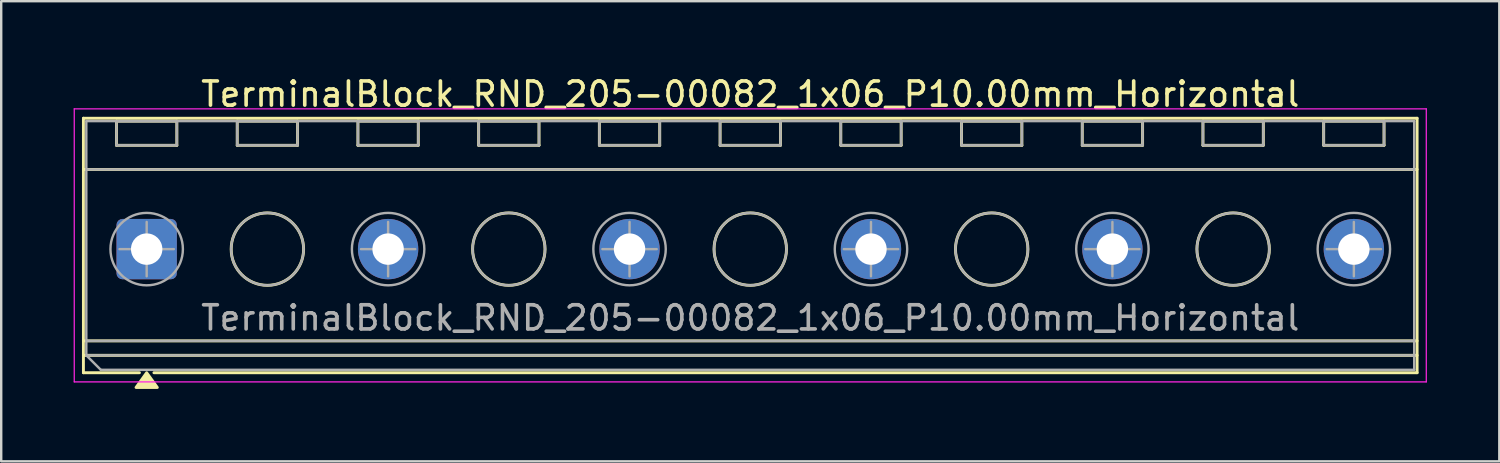
<source format=kicad_pcb>
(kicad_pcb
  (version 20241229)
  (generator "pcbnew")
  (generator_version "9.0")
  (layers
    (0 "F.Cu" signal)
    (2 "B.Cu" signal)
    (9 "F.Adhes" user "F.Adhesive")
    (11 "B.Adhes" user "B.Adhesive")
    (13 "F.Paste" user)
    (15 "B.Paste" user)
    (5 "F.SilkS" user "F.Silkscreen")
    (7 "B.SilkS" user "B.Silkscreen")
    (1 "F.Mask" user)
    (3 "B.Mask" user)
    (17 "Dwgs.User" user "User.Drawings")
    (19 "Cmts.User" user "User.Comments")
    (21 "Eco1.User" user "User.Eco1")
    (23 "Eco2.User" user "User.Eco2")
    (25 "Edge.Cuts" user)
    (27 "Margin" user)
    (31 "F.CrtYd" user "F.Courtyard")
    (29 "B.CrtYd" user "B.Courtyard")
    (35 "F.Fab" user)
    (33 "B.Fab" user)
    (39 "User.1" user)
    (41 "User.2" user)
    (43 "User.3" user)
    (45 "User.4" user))
  (footprint "TerminalBlock_RND_205-00082_1x06_P10.00mm_Horizontal"
    (layer "F.Cu")
    (at 3.025 7.268)
    (property "Reference" "TerminalBlock_RND_205-00082_1x06_P10.00mm_Horizontal" (at 25 -6.42 0) (layer "F.SilkS") (effects (font (size 1 1) (thickness 0.15))))
    (attr through_hole)
    (fp_line (start -2.62 -5.42) (end 52.62 -5.42) (stroke (width 0.12) (type solid)) (layer "F.SilkS"))
    (fp_line (start -2.62 -3.3) (end 52.62 -3.3) (stroke (width 0.12) (type solid)) (layer "F.SilkS"))
    (fp_line (start -2.62 3.8) (end 52.62 3.8) (stroke (width 0.12) (type solid)) (layer "F.SilkS"))
    (fp_line (start -2.62 4.4) (end 52.62 4.4) (stroke (width 0.12) (type solid)) (layer "F.SilkS"))
    (fp_line (start -2.62 5.12) (end -2.62 -5.42) (stroke (width 0.12) (type solid)) (layer "F.SilkS"))
    (fp_line (start -1.25 -5.3) (end 1.25 -5.3) (stroke (width 0.12) (type solid)) (layer "F.SilkS"))
    (fp_line (start -1.25 -4.3) (end -1.25 -5.3) (stroke (width 0.12) (type solid)) (layer "F.SilkS"))
    (fp_line (start -0.3 5.12) (end -2.62 5.12) (stroke (width 0.12) (type solid)) (layer "F.SilkS"))
    (fp_line (start 1.25 -5.3) (end 1.25 -4.3) (stroke (width 0.12) (type solid)) (layer "F.SilkS"))
    (fp_line (start 1.25 -4.3) (end -1.25 -4.3) (stroke (width 0.12) (type solid)) (layer "F.SilkS"))
    (fp_line (start 3.75 -5.3) (end 6.25 -5.3) (stroke (width 0.12) (type solid)) (layer "F.SilkS"))
    (fp_line (start 3.75 -4.3) (end 3.75 -5.3) (stroke (width 0.12) (type solid)) (layer "F.SilkS"))
    (fp_line (start 6.25 -5.3) (end 6.25 -4.3) (stroke (width 0.12) (type solid)) (layer "F.SilkS"))
    (fp_line (start 6.25 -4.3) (end 3.75 -4.3) (stroke (width 0.12) (type solid)) (layer "F.SilkS"))
    (fp_line (start 8.75 -5.3) (end 11.25 -5.3) (stroke (width 0.12) (type solid)) (layer "F.SilkS"))
    (fp_line (start 8.75 -4.3) (end 8.75 -5.3) (stroke (width 0.12) (type solid)) (layer "F.SilkS"))
    (fp_line (start 11.25 -5.3) (end 11.25 -4.3) (stroke (width 0.12) (type solid)) (layer "F.SilkS"))
    (fp_line (start 11.25 -4.3) (end 8.75 -4.3) (stroke (width 0.12) (type solid)) (layer "F.SilkS"))
    (fp_line (start 13.75 -5.3) (end 16.25 -5.3) (stroke (width 0.12) (type solid)) (layer "F.SilkS"))
    (fp_line (start 13.75 -4.3) (end 13.75 -5.3) (stroke (width 0.12) (type solid)) (layer "F.SilkS"))
    (fp_line (start 16.25 -5.3) (end 16.25 -4.3) (stroke (width 0.12) (type solid)) (layer "F.SilkS"))
    (fp_line (start 16.25 -4.3) (end 13.75 -4.3) (stroke (width 0.12) (type solid)) (layer "F.SilkS"))
    (fp_line (start 18.75 -5.3) (end 21.25 -5.3) (stroke (width 0.12) (type solid)) (layer "F.SilkS"))
    (fp_line (start 18.75 -4.3) (end 18.75 -5.3) (stroke (width 0.12) (type solid)) (layer "F.SilkS"))
    (fp_line (start 21.25 -5.3) (end 21.25 -4.3) (stroke (width 0.12) (type solid)) (layer "F.SilkS"))
    (fp_line (start 21.25 -4.3) (end 18.75 -4.3) (stroke (width 0.12) (type solid)) (layer "F.SilkS"))
    (fp_line (start 23.75 -5.3) (end 26.25 -5.3) (stroke (width 0.12) (type solid)) (layer "F.SilkS"))
    (fp_line (start 23.75 -4.3) (end 23.75 -5.3) (stroke (width 0.12) (type solid)) (layer "F.SilkS"))
    (fp_line (start 26.25 -5.3) (end 26.25 -4.3) (stroke (width 0.12) (type solid)) (layer "F.SilkS"))
    (fp_line (start 26.25 -4.3) (end 23.75 -4.3) (stroke (width 0.12) (type solid)) (layer "F.SilkS"))
    (fp_line (start 28.75 -5.3) (end 31.25 -5.3) (stroke (width 0.12) (type solid)) (layer "F.SilkS"))
    (fp_line (start 28.75 -4.3) (end 28.75 -5.3) (stroke (width 0.12) (type solid)) (layer "F.SilkS"))
    (fp_line (start 31.25 -5.3) (end 31.25 -4.3) (stroke (width 0.12) (type solid)) (layer "F.SilkS"))
    (fp_line (start 31.25 -4.3) (end 28.75 -4.3) (stroke (width 0.12) (type solid)) (layer "F.SilkS"))
    (fp_line (start 33.75 -5.3) (end 36.25 -5.3) (stroke (width 0.12) (type solid)) (layer "F.SilkS"))
    (fp_line (start 33.75 -4.3) (end 33.75 -5.3) (stroke (width 0.12) (type solid)) (layer "F.SilkS"))
    (fp_line (start 36.25 -5.3) (end 36.25 -4.3) (stroke (width 0.12) (type solid)) (layer "F.SilkS"))
    (fp_line (start 36.25 -4.3) (end 33.75 -4.3) (stroke (width 0.12) (type solid)) (layer "F.SilkS"))
    (fp_line (start 38.75 -5.3) (end 41.25 -5.3) (stroke (width 0.12) (type solid)) (layer "F.SilkS"))
    (fp_line (start 38.75 -4.3) (end 38.75 -5.3) (stroke (width 0.12) (type solid)) (layer "F.SilkS"))
    (fp_line (start 41.25 -5.3) (end 41.25 -4.3) (stroke (width 0.12) (type solid)) (layer "F.SilkS"))
    (fp_line (start 41.25 -4.3) (end 38.75 -4.3) (stroke (width 0.12) (type solid)) (layer "F.SilkS"))
    (fp_line (start 43.75 -5.3) (end 46.25 -5.3) (stroke (width 0.12) (type solid)) (layer "F.SilkS"))
    (fp_line (start 43.75 -4.3) (end 43.75 -5.3) (stroke (width 0.12) (type solid)) (layer "F.SilkS"))
    (fp_line (start 46.25 -5.3) (end 46.25 -4.3) (stroke (width 0.12) (type solid)) (layer "F.SilkS"))
    (fp_line (start 46.25 -4.3) (end 43.75 -4.3) (stroke (width 0.12) (type solid)) (layer "F.SilkS"))
    (fp_line (start 48.75 -5.3) (end 51.25 -5.3) (stroke (width 0.12) (type solid)) (layer "F.SilkS"))
    (fp_line (start 48.75 -4.3) (end 48.75 -5.3) (stroke (width 0.12) (type solid)) (layer "F.SilkS"))
    (fp_line (start 51.25 -5.3) (end 51.25 -4.3) (stroke (width 0.12) (type solid)) (layer "F.SilkS"))
    (fp_line (start 51.25 -4.3) (end 48.75 -4.3) (stroke (width 0.12) (type solid)) (layer "F.SilkS"))
    (fp_line (start 52.62 -5.42) (end 52.62 5.12) (stroke (width 0.12) (type solid)) (layer "F.SilkS"))
    (fp_line (start 52.62 5.12) (end 0.3 5.12) (stroke (width 0.12) (type solid)) (layer "F.SilkS"))
    (fp_circle (center 5 0) (end 6.5 0) (stroke (width 0.12) (type solid)) (fill no) (layer "F.SilkS"))
    (fp_circle (center 15 0) (end 16.5 0) (stroke (width 0.12) (type solid)) (fill no) (layer "F.SilkS"))
    (fp_circle (center 25 0) (end 26.5 0) (stroke (width 0.12) (type solid)) (fill no) (layer "F.SilkS"))
    (fp_circle (center 35 0) (end 36.5 0) (stroke (width 0.12) (type solid)) (fill no) (layer "F.SilkS"))
    (fp_circle (center 45 0) (end 46.5 0) (stroke (width 0.12) (type solid)) (fill no) (layer "F.SilkS"))
    (fp_poly (pts (xy 0 5.12) (xy 0.44 5.73) (xy -0.44 5.73)) (stroke (width 0.12) (type solid)) (fill yes) (layer "F.SilkS"))
    (fp_line (start -3 -5.81) (end -3 5.5) (stroke (width 0.05) (type solid)) (layer "F.CrtYd"))
    (fp_line (start -3 5.5) (end 53 5.5) (stroke (width 0.05) (type solid)) (layer "F.CrtYd"))
    (fp_line (start 53 -5.81) (end -3 -5.81) (stroke (width 0.05) (type solid)) (layer "F.CrtYd"))
    (fp_line (start 53 5.5) (end 53 -5.81) (stroke (width 0.05) (type solid)) (layer "F.CrtYd"))
    (fp_line (start -2.5 -5.3) (end 52.5 -5.3) (stroke (width 0.1) (type solid)) (layer "F.Fab"))
    (fp_line (start -2.5 -3.3) (end 52.5 -3.3) (stroke (width 0.1) (type solid)) (layer "F.Fab"))
    (fp_line (start -2.5 3.8) (end 52.5 3.8) (stroke (width 0.1) (type solid)) (layer "F.Fab"))
    (fp_line (start -2.5 4.4) (end -2.5 -5.3) (stroke (width 0.1) (type solid)) (layer "F.Fab"))
    (fp_line (start -2.5 4.4) (end 52.5 4.4) (stroke (width 0.1) (type solid)) (layer "F.Fab"))
    (fp_line (start -1.9 5) (end -2.5 4.4) (stroke (width 0.1) (type solid)) (layer "F.Fab"))
    (fp_line (start -1.25 -5.3) (end -1.25 -4.3) (stroke (width 0.1) (type solid)) (layer "F.Fab"))
    (fp_line (start -1.25 -4.3) (end 1.25 -4.3) (stroke (width 0.1) (type solid)) (layer "F.Fab"))
    (fp_line (start -1.125 0) (end 1.125 0) (stroke (width 0.1) (type solid)) (layer "F.Fab"))
    (fp_line (start 0 -1.125) (end 0 1.125) (stroke (width 0.1) (type solid)) (layer "F.Fab"))
    (fp_line (start 1.25 -5.3) (end -1.25 -5.3) (stroke (width 0.1) (type solid)) (layer "F.Fab"))
    (fp_line (start 1.25 -4.3) (end 1.25 -5.3) (stroke (width 0.1) (type solid)) (layer "F.Fab"))
    (fp_line (start 3.75 -5.3) (end 3.75 -4.3) (stroke (width 0.1) (type solid)) (layer "F.Fab"))
    (fp_line (start 3.75 -4.3) (end 6.25 -4.3) (stroke (width 0.1) (type solid)) (layer "F.Fab"))
    (fp_line (start 6.25 -5.3) (end 3.75 -5.3) (stroke (width 0.1) (type solid)) (layer "F.Fab"))
    (fp_line (start 6.25 -4.3) (end 6.25 -5.3) (stroke (width 0.1) (type solid)) (layer "F.Fab"))
    (fp_line (start 8.75 -5.3) (end 8.75 -4.3) (stroke (width 0.1) (type solid)) (layer "F.Fab"))
    (fp_line (start 8.75 -4.3) (end 11.25 -4.3) (stroke (width 0.1) (type solid)) (layer "F.Fab"))
    (fp_line (start 8.875 0) (end 11.125 0) (stroke (width 0.1) (type solid)) (layer "F.Fab"))
    (fp_line (start 10 -1.125) (end 10 1.125) (stroke (width 0.1) (type solid)) (layer "F.Fab"))
    (fp_line (start 11.25 -5.3) (end 8.75 -5.3) (stroke (width 0.1) (type solid)) (layer "F.Fab"))
    (fp_line (start 11.25 -4.3) (end 11.25 -5.3) (stroke (width 0.1) (type solid)) (layer "F.Fab"))
    (fp_line (start 13.75 -5.3) (end 13.75 -4.3) (stroke (width 0.1) (type solid)) (layer "F.Fab"))
    (fp_line (start 13.75 -4.3) (end 16.25 -4.3) (stroke (width 0.1) (type solid)) (layer "F.Fab"))
    (fp_line (start 16.25 -5.3) (end 13.75 -5.3) (stroke (width 0.1) (type solid)) (layer "F.Fab"))
    (fp_line (start 16.25 -4.3) (end 16.25 -5.3) (stroke (width 0.1) (type solid)) (layer "F.Fab"))
    (fp_line (start 18.75 -5.3) (end 18.75 -4.3) (stroke (width 0.1) (type solid)) (layer "F.Fab"))
    (fp_line (start 18.75 -4.3) (end 21.25 -4.3) (stroke (width 0.1) (type solid)) (layer "F.Fab"))
    (fp_line (start 18.875 0) (end 21.125 0) (stroke (width 0.1) (type solid)) (layer "F.Fab"))
    (fp_line (start 20 -1.125) (end 20 1.125) (stroke (width 0.1) (type solid)) (layer "F.Fab"))
    (fp_line (start 21.25 -5.3) (end 18.75 -5.3) (stroke (width 0.1) (type solid)) (layer "F.Fab"))
    (fp_line (start 21.25 -4.3) (end 21.25 -5.3) (stroke (width 0.1) (type solid)) (layer "F.Fab"))
    (fp_line (start 23.75 -5.3) (end 23.75 -4.3) (stroke (width 0.1) (type solid)) (layer "F.Fab"))
    (fp_line (start 23.75 -4.3) (end 26.25 -4.3) (stroke (width 0.1) (type solid)) (layer "F.Fab"))
    (fp_line (start 26.25 -5.3) (end 23.75 -5.3) (stroke (width 0.1) (type solid)) (layer "F.Fab"))
    (fp_line (start 26.25 -4.3) (end 26.25 -5.3) (stroke (width 0.1) (type solid)) (layer "F.Fab"))
    (fp_line (start 28.75 -5.3) (end 28.75 -4.3) (stroke (width 0.1) (type solid)) (layer "F.Fab"))
    (fp_line (start 28.75 -4.3) (end 31.25 -4.3) (stroke (width 0.1) (type solid)) (layer "F.Fab"))
    (fp_line (start 28.875 0) (end 31.125 0) (stroke (width 0.1) (type solid)) (layer "F.Fab"))
    (fp_line (start 30 -1.125) (end 30 1.125) (stroke (width 0.1) (type solid)) (layer "F.Fab"))
    (fp_line (start 31.25 -5.3) (end 28.75 -5.3) (stroke (width 0.1) (type solid)) (layer "F.Fab"))
    (fp_line (start 31.25 -4.3) (end 31.25 -5.3) (stroke (width 0.1) (type solid)) (layer "F.Fab"))
    (fp_line (start 33.75 -5.3) (end 33.75 -4.3) (stroke (width 0.1) (type solid)) (layer "F.Fab"))
    (fp_line (start 33.75 -4.3) (end 36.25 -4.3) (stroke (width 0.1) (type solid)) (layer "F.Fab"))
    (fp_line (start 36.25 -5.3) (end 33.75 -5.3) (stroke (width 0.1) (type solid)) (layer "F.Fab"))
    (fp_line (start 36.25 -4.3) (end 36.25 -5.3) (stroke (width 0.1) (type solid)) (layer "F.Fab"))
    (fp_line (start 38.75 -5.3) (end 38.75 -4.3) (stroke (width 0.1) (type solid)) (layer "F.Fab"))
    (fp_line (start 38.75 -4.3) (end 41.25 -4.3) (stroke (width 0.1) (type solid)) (layer "F.Fab"))
    (fp_line (start 38.875 0) (end 41.125 0) (stroke (width 0.1) (type solid)) (layer "F.Fab"))
    (fp_line (start 40 -1.125) (end 40 1.125) (stroke (width 0.1) (type solid)) (layer "F.Fab"))
    (fp_line (start 41.25 -5.3) (end 38.75 -5.3) (stroke (width 0.1) (type solid)) (layer "F.Fab"))
    (fp_line (start 41.25 -4.3) (end 41.25 -5.3) (stroke (width 0.1) (type solid)) (layer "F.Fab"))
    (fp_line (start 43.75 -5.3) (end 43.75 -4.3) (stroke (width 0.1) (type solid)) (layer "F.Fab"))
    (fp_line (start 43.75 -4.3) (end 46.25 -4.3) (stroke (width 0.1) (type solid)) (layer "F.Fab"))
    (fp_line (start 46.25 -5.3) (end 43.75 -5.3) (stroke (width 0.1) (type solid)) (layer "F.Fab"))
    (fp_line (start 46.25 -4.3) (end 46.25 -5.3) (stroke (width 0.1) (type solid)) (layer "F.Fab"))
    (fp_line (start 48.75 -5.3) (end 48.75 -4.3) (stroke (width 0.1) (type solid)) (layer "F.Fab"))
    (fp_line (start 48.75 -4.3) (end 51.25 -4.3) (stroke (width 0.1) (type solid)) (layer "F.Fab"))
    (fp_line (start 48.875 0) (end 51.125 0) (stroke (width 0.1) (type solid)) (layer "F.Fab"))
    (fp_line (start 50 -1.125) (end 50 1.125) (stroke (width 0.1) (type solid)) (layer "F.Fab"))
    (fp_line (start 51.25 -5.3) (end 48.75 -5.3) (stroke (width 0.1) (type solid)) (layer "F.Fab"))
    (fp_line (start 51.25 -4.3) (end 51.25 -5.3) (stroke (width 0.1) (type solid)) (layer "F.Fab"))
    (fp_line (start 52.5 -5.3) (end 52.5 5) (stroke (width 0.1) (type solid)) (layer "F.Fab"))
    (fp_line (start 52.5 5) (end -1.9 5) (stroke (width 0.1) (type solid)) (layer "F.Fab"))
    (fp_circle (center 0 0) (end 1.5 0) (stroke (width 0.1) (type solid)) (fill no) (layer "F.Fab"))
    (fp_circle (center 5 0) (end 6.5 0) (stroke (width 0.1) (type solid)) (fill no) (layer "F.Fab"))
    (fp_circle (center 10 0) (end 11.5 0) (stroke (width 0.1) (type solid)) (fill no) (layer "F.Fab"))
    (fp_circle (center 15 0) (end 16.5 0) (stroke (width 0.1) (type solid)) (fill no) (layer "F.Fab"))
    (fp_circle (center 20 0) (end 21.5 0) (stroke (width 0.1) (type solid)) (fill no) (layer "F.Fab"))
    (fp_circle (center 25 0) (end 26.5 0) (stroke (width 0.1) (type solid)) (fill no) (layer "F.Fab"))
    (fp_circle (center 30 0) (end 31.5 0) (stroke (width 0.1) (type solid)) (fill no) (layer "F.Fab"))
    (fp_circle (center 35 0) (end 36.5 0) (stroke (width 0.1) (type solid)) (fill no) (layer "F.Fab"))
    (fp_circle (center 40 0) (end 41.5 0) (stroke (width 0.1) (type solid)) (fill no) (layer "F.Fab"))
    (fp_circle (center 45 0) (end 46.5 0) (stroke (width 0.1) (type solid)) (fill no) (layer "F.Fab"))
    (fp_circle (center 50 0) (end 51.5 0) (stroke (width 0.1) (type solid)) (fill no) (layer "F.Fab"))
    (fp_text user "${REFERENCE}" (at 25 2.85 0) (layer "F.Fab") (effects (font (size 1 1) (thickness 0.15))))
    (pad "1" thru_hole roundrect (at 0 0) (size 2.5 2.5) (drill 1.3) (layers "*.Cu" "*.Mask") (roundrect_rratio 0.1))
    (pad "2" thru_hole circle (at 10 0) (size 2.5 2.5) (drill 1.3) (layers "*.Cu" "*.Mask"))
    (pad "3" thru_hole circle (at 20 0) (size 2.5 2.5) (drill 1.3) (layers "*.Cu" "*.Mask"))
    (pad "4" thru_hole circle (at 30 0) (size 2.5 2.5) (drill 1.3) (layers "*.Cu" "*.Mask"))
    (pad "5" thru_hole circle (at 40 0) (size 2.5 2.5) (drill 1.3) (layers "*.Cu" "*.Mask"))
    (pad "6" thru_hole circle (at 50 0) (size 2.5 2.5) (drill 1.3) (layers "*.Cu" "*.Mask")))
  (gr_rect
    (start -3 -3)
    (end 59.05 16.058)
    (stroke (width 0.1) (type default))
    (fill no)
    (layer "Edge.Cuts")))
</source>
